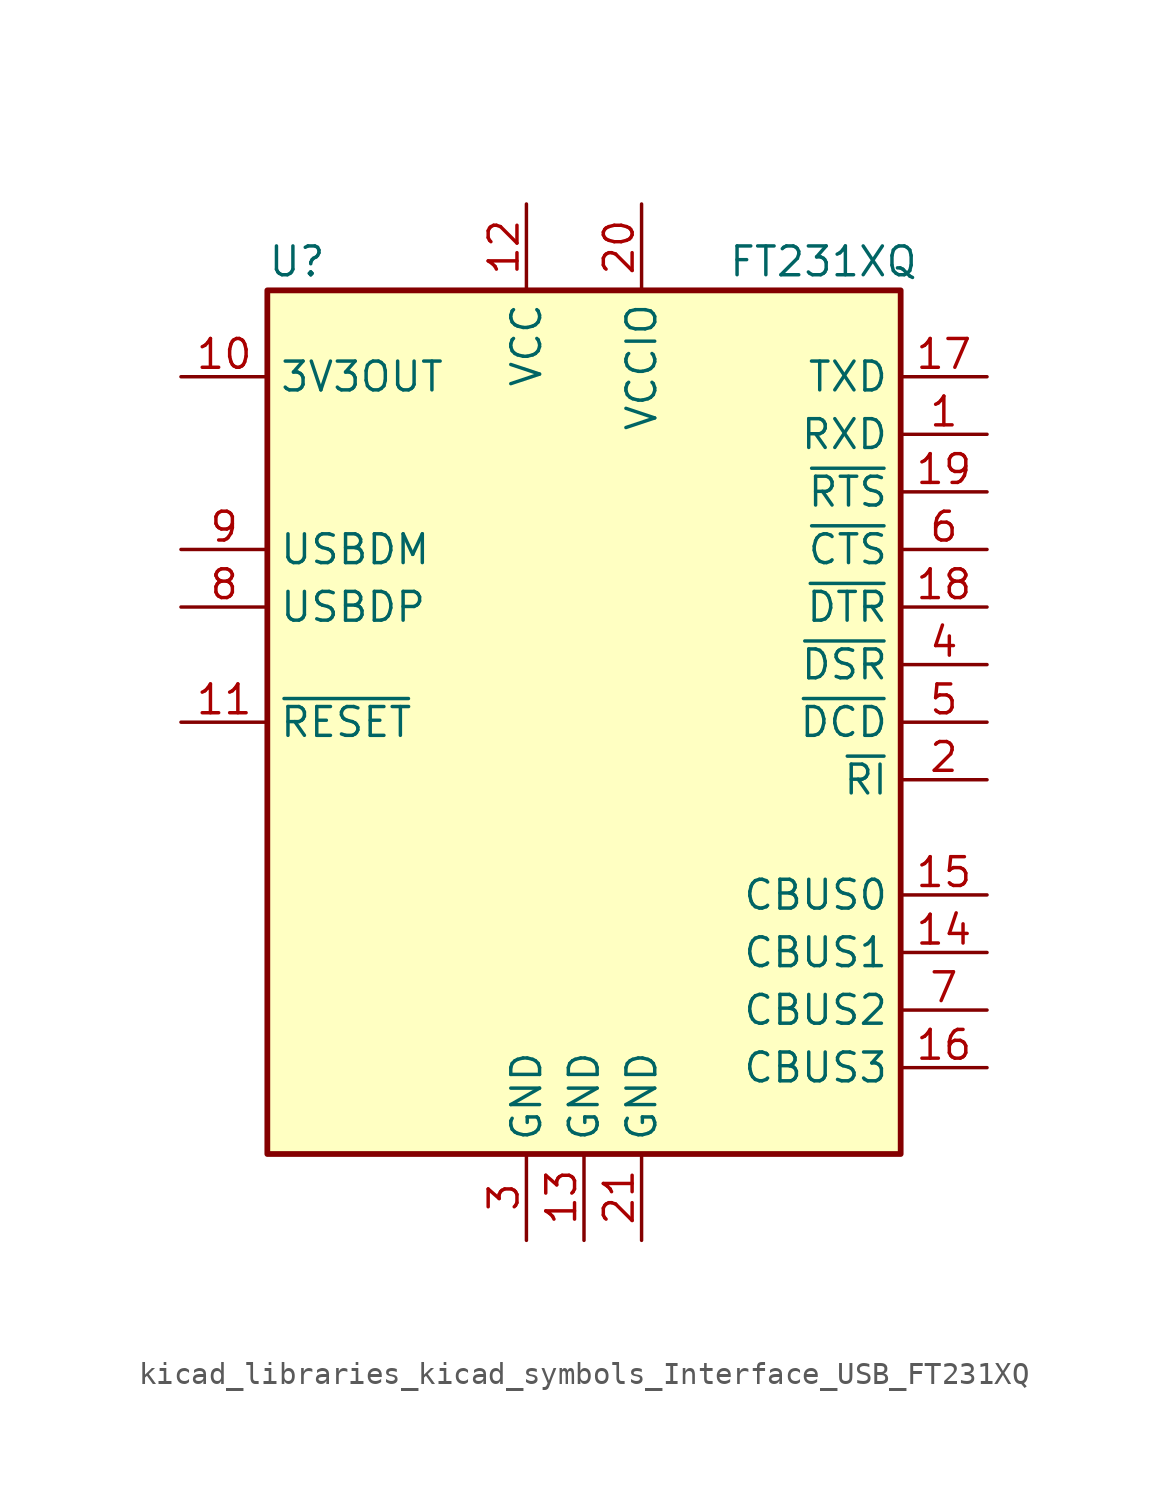
<source format=kicad_sym>
(kicad_symbol_lib
  (version 20220914)
  (generator kicad_symbol_editor)
  (symbol "kicad_libraries_kicad_symbols_Interface_USB_FT231XQ"
    (property "Reference" "U"
      (at -13.97 20.32 0)
      (effects (font (size 1.27 1.27)) (justify left)))
    (property "Value" "FT231XQ"
      (at 6.35 20.32 0)
      (effects (font (size 1.27 1.27)) (justify left)))
    (symbol "kicad_libraries_kicad_symbols_Interface_USB_FT231XQ_0_1"
      (rectangle (start -13.97 19.05) (end 13.97 -19.05) (stroke (width 0.254) (type default)) (fill (type background))))
    (symbol "kicad_libraries_kicad_symbols_Interface_USB_FT231XQ_1_1"
      (pin input line (at 17.78 12.7 180) (length 3.81) (name "RXD" (effects (font (size 1.27 1.27)))) (number "1" (effects (font (size 1.27 1.27)))))
      (pin power_out line (at -17.78 15.24 0) (length 3.81) (name "3V3OUT" (effects (font (size 1.27 1.27)))) (number "10" (effects (font (size 1.27 1.27)))))
      (pin input line (at -17.78 0 0) (length 3.81) (name "~{RESET}" (effects (font (size 1.27 1.27)))) (number "11" (effects (font (size 1.27 1.27)))))
      (pin power_in line (at -2.54 22.86 270) (length 3.81) (name "VCC" (effects (font (size 1.27 1.27)))) (number "12" (effects (font (size 1.27 1.27)))))
      (pin power_in line (at 0 -22.86 90) (length 3.81) (name "GND" (effects (font (size 1.27 1.27)))) (number "13" (effects (font (size 1.27 1.27)))))
      (pin bidirectional line (at 17.78 -10.16 180) (length 3.81) (name "CBUS1" (effects (font (size 1.27 1.27)))) (number "14" (effects (font (size 1.27 1.27)))))
      (pin bidirectional line (at 17.78 -7.62 180) (length 3.81) (name "CBUS0" (effects (font (size 1.27 1.27)))) (number "15" (effects (font (size 1.27 1.27)))))
      (pin bidirectional line (at 17.78 -15.24 180) (length 3.81) (name "CBUS3" (effects (font (size 1.27 1.27)))) (number "16" (effects (font (size 1.27 1.27)))))
      (pin output line (at 17.78 15.24 180) (length 3.81) (name "TXD" (effects (font (size 1.27 1.27)))) (number "17" (effects (font (size 1.27 1.27)))))
      (pin output line (at 17.78 5.08 180) (length 3.81) (name "~{DTR}" (effects (font (size 1.27 1.27)))) (number "18" (effects (font (size 1.27 1.27)))))
      (pin output line (at 17.78 10.16 180) (length 3.81) (name "~{RTS}" (effects (font (size 1.27 1.27)))) (number "19" (effects (font (size 1.27 1.27)))))
      (pin input line (at 17.78 -2.54 180) (length 3.81) (name "~{RI}" (effects (font (size 1.27 1.27)))) (number "2" (effects (font (size 1.27 1.27)))))
      (pin power_in line (at 2.54 22.86 270) (length 3.81) (name "VCCIO" (effects (font (size 1.27 1.27)))) (number "20" (effects (font (size 1.27 1.27)))))
      (pin power_in line (at 2.54 -22.86 90) (length 3.81) (name "GND" (effects (font (size 1.27 1.27)))) (number "21" (effects (font (size 1.27 1.27)))))
      (pin power_in line (at -2.54 -22.86 90) (length 3.81) (name "GND" (effects (font (size 1.27 1.27)))) (number "3" (effects (font (size 1.27 1.27)))))
      (pin input line (at 17.78 2.54 180) (length 3.81) (name "~{DSR}" (effects (font (size 1.27 1.27)))) (number "4" (effects (font (size 1.27 1.27)))))
      (pin input line (at 17.78 0 180) (length 3.81) (name "~{DCD}" (effects (font (size 1.27 1.27)))) (number "5" (effects (font (size 1.27 1.27)))))
      (pin input line (at 17.78 7.62 180) (length 3.81) (name "~{CTS}" (effects (font (size 1.27 1.27)))) (number "6" (effects (font (size 1.27 1.27)))))
      (pin bidirectional line (at 17.78 -12.7 180) (length 3.81) (name "CBUS2" (effects (font (size 1.27 1.27)))) (number "7" (effects (font (size 1.27 1.27)))))
      (pin bidirectional line (at -17.78 5.08 0) (length 3.81) (name "USBDP" (effects (font (size 1.27 1.27)))) (number "8" (effects (font (size 1.27 1.27)))))
      (pin bidirectional line (at -17.78 7.62 0) (length 3.81) (name "USBDM" (effects (font (size 1.27 1.27)))) (number "9" (effects (font (size 1.27 1.27))))))))
</source>
